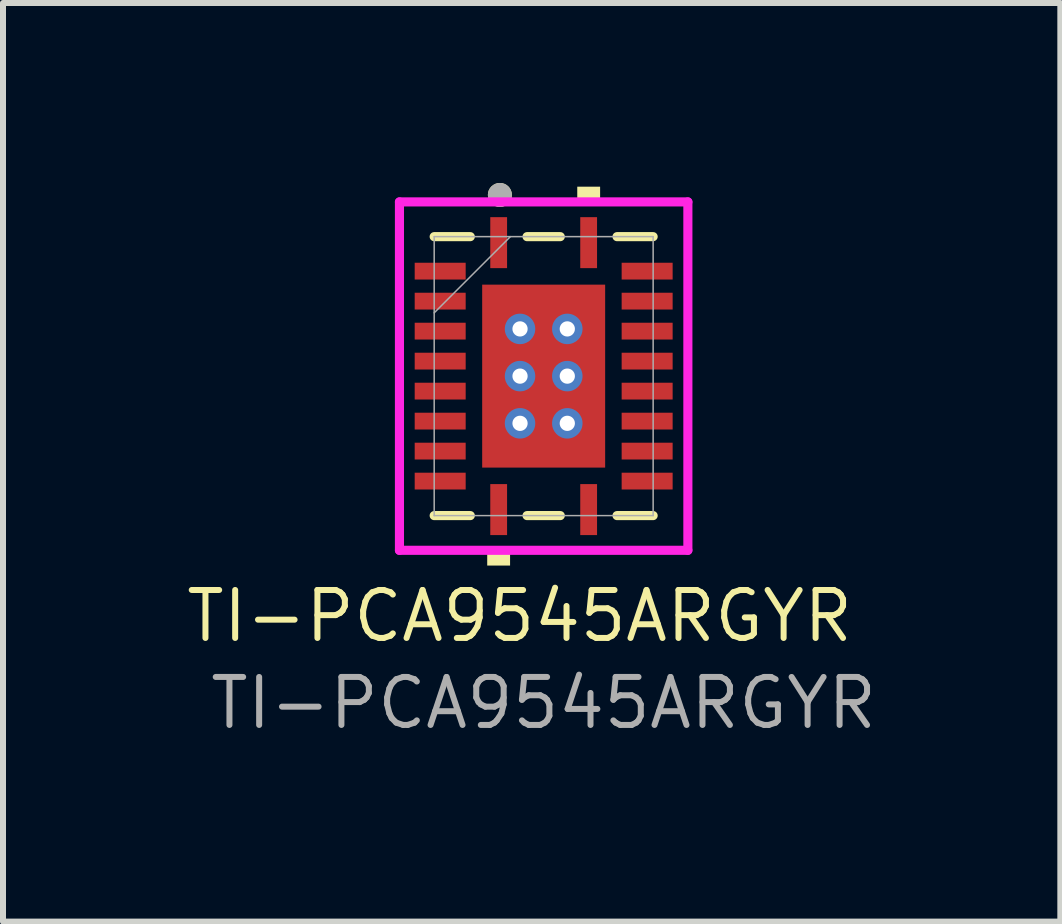
<source format=kicad_pcb>
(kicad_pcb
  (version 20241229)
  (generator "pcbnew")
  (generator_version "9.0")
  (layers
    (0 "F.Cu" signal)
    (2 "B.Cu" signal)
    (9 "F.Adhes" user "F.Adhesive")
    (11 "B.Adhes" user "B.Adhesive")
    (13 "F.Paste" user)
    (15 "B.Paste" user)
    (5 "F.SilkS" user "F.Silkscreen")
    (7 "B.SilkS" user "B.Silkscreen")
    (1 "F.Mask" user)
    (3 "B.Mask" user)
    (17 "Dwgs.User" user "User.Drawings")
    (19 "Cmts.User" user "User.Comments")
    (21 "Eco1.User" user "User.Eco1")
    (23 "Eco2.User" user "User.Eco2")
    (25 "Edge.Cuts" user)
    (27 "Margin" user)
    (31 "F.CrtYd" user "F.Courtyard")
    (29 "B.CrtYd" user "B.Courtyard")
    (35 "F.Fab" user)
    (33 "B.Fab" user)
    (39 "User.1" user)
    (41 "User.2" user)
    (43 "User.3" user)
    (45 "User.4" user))
  (footprint "TI-PCA9545ARGYR"
    (layer "F.Cu")
    (at 6.013 3.22)
    (property "Reference" "TI-PCA9545ARGYR" (at -0.4 4 0) (unlocked yes) (layer "F.SilkS") (effects (font (size 0.8 0.8) (thickness 0.1))))
    (attr smd)
    (fp_poly (pts (xy -2.22 -1.96) (xy -2.22 -1.54) (xy -1.23 -1.54) (xy -1.23 -1.96)) (stroke (width 0) (type solid)) (fill yes) (layer "F.Mask"))
    (fp_poly (pts (xy -2.22 -1.46) (xy -2.22 -1.04) (xy -1.23 -1.04) (xy -1.23 -1.46)) (stroke (width 0) (type solid)) (fill yes) (layer "F.Mask"))
    (fp_poly (pts (xy -2.22 -0.96) (xy -2.22 -0.54) (xy -1.23 -0.54) (xy -1.23 -0.96)) (stroke (width 0) (type solid)) (fill yes) (layer "F.Mask"))
    (fp_poly (pts (xy -2.22 -0.46) (xy -2.22 -0.04) (xy -1.23 -0.04) (xy -1.23 -0.46)) (stroke (width 0) (type solid)) (fill yes) (layer "F.Mask"))
    (fp_poly (pts (xy -2.22 0.04) (xy -2.22 0.46) (xy -1.23 0.46) (xy -1.23 0.04)) (stroke (width 0) (type solid)) (fill yes) (layer "F.Mask"))
    (fp_poly (pts (xy -2.22 0.54) (xy -2.22 0.96) (xy -1.23 0.96) (xy -1.23 0.54)) (stroke (width 0) (type solid)) (fill yes) (layer "F.Mask"))
    (fp_poly (pts (xy -2.22 1.04) (xy -2.22 1.46) (xy -1.23 1.46) (xy -1.23 1.04)) (stroke (width 0) (type solid)) (fill yes) (layer "F.Mask"))
    (fp_poly (pts (xy -2.22 1.54) (xy -2.22 1.96) (xy -1.23 1.96) (xy -1.23 1.54)) (stroke (width 0) (type solid)) (fill yes) (layer "F.Mask"))
    (fp_poly (pts (xy -1.089 -1.588) (xy -0.594 -1.588) (xy -0.594 1.588) (xy -1.089 1.588)) (stroke (width 0) (type solid)) (fill yes) (layer "F.Mask"))
    (fp_poly (pts (xy -1.089 -1.588) (xy 1.089 -1.588) (xy 1.089 -0.987) (xy -1.089 -0.987)) (stroke (width 0) (type solid)) (fill yes) (layer "F.Mask"))
    (fp_poly (pts (xy -1.089 -0.587) (xy 1.089 -0.587) (xy 1.089 -0.2) (xy -1.089 -0.2)) (stroke (width 0) (type solid)) (fill yes) (layer "F.Mask"))
    (fp_poly (pts (xy -1.089 0.2) (xy 1.089 0.2) (xy 1.089 0.587) (xy -1.089 0.587)) (stroke (width 0) (type solid)) (fill yes) (layer "F.Mask"))
    (fp_poly (pts (xy -1.089 0.987) (xy 1.089 0.987) (xy 1.089 1.588) (xy -1.089 1.588)) (stroke (width 0) (type solid)) (fill yes) (layer "F.Mask"))
    (fp_poly (pts (xy -0.96 -2.72) (xy -0.96 -1.73) (xy -0.54 -1.73) (xy -0.54 -2.72)) (stroke (width 0) (type solid)) (fill yes) (layer "F.Mask"))
    (fp_poly (pts (xy -0.96 1.73) (xy -0.96 2.72) (xy -0.54 2.72) (xy -0.54 1.73)) (stroke (width 0) (type solid)) (fill yes) (layer "F.Mask"))
    (fp_poly (pts (xy 0.194 -1.588) (xy -0.194 -1.588) (xy -0.194 1.588) (xy 0.194 1.588)) (stroke (width 0) (type solid)) (fill yes) (layer "F.Mask"))
    (fp_poly (pts (xy 0.54 -2.72) (xy 0.54 -1.73) (xy 0.96 -1.73) (xy 0.96 -2.72)) (stroke (width 0) (type solid)) (fill yes) (layer "F.Mask"))
    (fp_poly (pts (xy 0.54 1.73) (xy 0.54 2.72) (xy 0.96 2.72) (xy 0.96 1.73)) (stroke (width 0) (type solid)) (fill yes) (layer "F.Mask"))
    (fp_poly (pts (xy 0.594 -1.588) (xy 1.089 -1.588) (xy 1.089 1.588) (xy 0.594 1.588)) (stroke (width 0) (type solid)) (fill yes) (layer "F.Mask"))
    (fp_poly (pts (xy 1.23 -1.96) (xy 1.23 -1.54) (xy 2.22 -1.54) (xy 2.22 -1.96)) (stroke (width 0) (type solid)) (fill yes) (layer "F.Mask"))
    (fp_poly (pts (xy 1.23 -1.46) (xy 1.23 -1.04) (xy 2.22 -1.04) (xy 2.22 -1.46)) (stroke (width 0) (type solid)) (fill yes) (layer "F.Mask"))
    (fp_poly (pts (xy 1.23 -0.96) (xy 1.23 -0.54) (xy 2.22 -0.54) (xy 2.22 -0.96)) (stroke (width 0) (type solid)) (fill yes) (layer "F.Mask"))
    (fp_poly (pts (xy 1.23 -0.46) (xy 1.23 -0.04) (xy 2.22 -0.04) (xy 2.22 -0.46)) (stroke (width 0) (type solid)) (fill yes) (layer "F.Mask"))
    (fp_poly (pts (xy 1.23 0.04) (xy 1.23 0.46) (xy 2.22 0.46) (xy 2.22 0.04)) (stroke (width 0) (type solid)) (fill yes) (layer "F.Mask"))
    (fp_poly (pts (xy 1.23 0.54) (xy 1.23 0.96) (xy 2.22 0.96) (xy 2.22 0.54)) (stroke (width 0) (type solid)) (fill yes) (layer "F.Mask"))
    (fp_poly (pts (xy 1.23 1.04) (xy 1.23 1.46) (xy 2.22 1.46) (xy 2.22 1.04)) (stroke (width 0) (type solid)) (fill yes) (layer "F.Mask"))
    (fp_poly (pts (xy 1.23 1.54) (xy 1.23 1.96) (xy 2.22 1.96) (xy 2.22 1.54)) (stroke (width 0) (type solid)) (fill yes) (layer "F.Mask"))
    (fp_line (start -1.825 2.325) (end -1.223 2.325) (stroke (width 0.152) (type solid)) (layer "F.SilkS"))
    (fp_line (start -1.223 -2.325) (end -1.825 -2.325) (stroke (width 0.152) (type solid)) (layer "F.SilkS"))
    (fp_line (start -0.277 2.325) (end 0.277 2.325) (stroke (width 0.152) (type solid)) (layer "F.SilkS"))
    (fp_line (start 0.277 -2.325) (end -0.277 -2.325) (stroke (width 0.152) (type solid)) (layer "F.SilkS"))
    (fp_line (start 1.223 2.325) (end 1.825 2.325) (stroke (width 0.152) (type solid)) (layer "F.SilkS"))
    (fp_line (start 1.825 -2.325) (end 1.223 -2.325) (stroke (width 0.152) (type solid)) (layer "F.SilkS"))
    (fp_circle (center -0.73 -3.02) (end -0.63 -3.02) (stroke (width 0.2) (type solid)) (fill no) (layer "F.SilkS"))
    (fp_poly (pts (xy -0.941 2.904) (xy -0.941 3.158) (xy -0.56 3.158) (xy -0.56 2.904)) (stroke (width 0) (type solid)) (fill yes) (layer "F.SilkS"))
    (fp_poly (pts (xy 0.56 -2.904) (xy 0.56 -3.158) (xy 0.941 -3.158) (xy 0.941 -2.904)) (stroke (width 0) (type solid)) (fill yes) (layer "F.SilkS"))
    (fp_poly (pts (xy -2.125 -1.865) (xy -2.125 -1.635) (xy -1.325 -1.635) (xy -1.325 -1.865)) (stroke (width 0) (type solid)) (fill yes) (layer "F.Paste"))
    (fp_poly (pts (xy -2.125 -1.365) (xy -2.125 -1.135) (xy -1.325 -1.135) (xy -1.325 -1.365)) (stroke (width 0) (type solid)) (fill yes) (layer "F.Paste"))
    (fp_poly (pts (xy -2.125 -0.865) (xy -2.125 -0.635) (xy -1.325 -0.635) (xy -1.325 -0.865)) (stroke (width 0) (type solid)) (fill yes) (layer "F.Paste"))
    (fp_poly (pts (xy -2.125 -0.365) (xy -2.125 -0.135) (xy -1.325 -0.135) (xy -1.325 -0.365)) (stroke (width 0) (type solid)) (fill yes) (layer "F.Paste"))
    (fp_poly (pts (xy -2.125 0.135) (xy -2.125 0.365) (xy -1.325 0.365) (xy -1.325 0.135)) (stroke (width 0) (type solid)) (fill yes) (layer "F.Paste"))
    (fp_poly (pts (xy -2.125 0.635) (xy -2.125 0.865) (xy -1.325 0.865) (xy -1.325 0.635)) (stroke (width 0) (type solid)) (fill yes) (layer "F.Paste"))
    (fp_poly (pts (xy -2.125 1.135) (xy -2.125 1.365) (xy -1.325 1.365) (xy -1.325 1.135)) (stroke (width 0) (type solid)) (fill yes) (layer "F.Paste"))
    (fp_poly (pts (xy -2.125 1.635) (xy -2.125 1.865) (xy -1.325 1.865) (xy -1.325 1.635)) (stroke (width 0) (type solid)) (fill yes) (layer "F.Paste"))
    (fp_poly (pts (xy -0.865 -2.625) (xy -0.865 -1.825) (xy -0.635 -1.825) (xy -0.635 -2.625)) (stroke (width 0) (type solid)) (fill yes) (layer "F.Paste"))
    (fp_poly (pts (xy -0.865 1.825) (xy -0.865 2.625) (xy -0.635 2.625) (xy -0.635 1.825)) (stroke (width 0) (type solid)) (fill yes) (layer "F.Paste"))
    (fp_poly (pts (xy 0.635 -2.625) (xy 0.635 -1.825) (xy 0.865 -1.825) (xy 0.865 -2.625)) (stroke (width 0) (type solid)) (fill yes) (layer "F.Paste"))
    (fp_poly (pts (xy 0.635 1.825) (xy 0.635 2.625) (xy 0.865 2.625) (xy 0.865 1.825)) (stroke (width 0) (type solid)) (fill yes) (layer "F.Paste"))
    (fp_poly (pts (xy 1.325 -1.865) (xy 1.325 -1.635) (xy 2.125 -1.635) (xy 2.125 -1.865)) (stroke (width 0) (type solid)) (fill yes) (layer "F.Paste"))
    (fp_poly (pts (xy 1.325 -1.365) (xy 1.325 -1.135) (xy 2.125 -1.135) (xy 2.125 -1.365)) (stroke (width 0) (type solid)) (fill yes) (layer "F.Paste"))
    (fp_poly (pts (xy 1.325 -0.865) (xy 1.325 -0.635) (xy 2.125 -0.635) (xy 2.125 -0.865)) (stroke (width 0) (type solid)) (fill yes) (layer "F.Paste"))
    (fp_poly (pts (xy 1.325 -0.365) (xy 1.325 -0.135) (xy 2.125 -0.135) (xy 2.125 -0.365)) (stroke (width 0) (type solid)) (fill yes) (layer "F.Paste"))
    (fp_poly (pts (xy 1.325 0.135) (xy 1.325 0.365) (xy 2.125 0.365) (xy 2.125 0.135)) (stroke (width 0) (type solid)) (fill yes) (layer "F.Paste"))
    (fp_poly (pts (xy 1.325 0.635) (xy 1.325 0.865) (xy 2.125 0.865) (xy 2.125 0.635)) (stroke (width 0) (type solid)) (fill yes) (layer "F.Paste"))
    (fp_poly (pts (xy 1.325 1.135) (xy 1.325 1.365) (xy 2.125 1.365) (xy 2.125 1.135)) (stroke (width 0) (type solid)) (fill yes) (layer "F.Paste"))
    (fp_poly (pts (xy 1.325 1.635) (xy 1.325 1.865) (xy 2.125 1.865) (xy 2.125 1.635)) (stroke (width 0) (type solid)) (fill yes) (layer "F.Paste"))
    (fp_poly (pts (xy -0.95 -1.45) (xy -0.95 -0.887) (xy -0.635 -0.887) (xy -0.494 -1.029) (xy -0.494 -1.45)) (stroke (width 0) (type solid)) (fill yes) (layer "F.Paste"))
    (fp_poly (pts (xy -0.95 0.887) (xy -0.95 1.45) (xy -0.494 1.45) (xy -0.494 1.029) (xy -0.635 0.887)) (stroke (width 0) (type solid)) (fill yes) (layer "F.Paste"))
    (fp_poly (pts (xy 0.494 -1.45) (xy 0.494 -1.029) (xy 0.635 -0.887) (xy 0.95 -0.887) (xy 0.95 -1.45)) (stroke (width 0) (type solid)) (fill yes) (layer "F.Paste"))
    (fp_poly (pts (xy 0.635 0.887) (xy 0.494 1.029) (xy 0.494 1.45) (xy 0.95 1.45) (xy 0.95 0.887)) (stroke (width 0) (type solid)) (fill yes) (layer "F.Paste"))
    (fp_poly (pts (xy -0.95 -0.687) (xy -0.95 -0.1) (xy -0.635 -0.1) (xy -0.494 -0.241) (xy -0.494 -0.546) (xy -0.635 -0.687)) (stroke (width 0) (type solid)) (fill yes) (layer "F.Paste"))
    (fp_poly (pts (xy -0.95 0.1) (xy -0.95 0.687) (xy -0.635 0.687) (xy -0.494 0.546) (xy -0.494 0.241) (xy -0.635 0.1)) (stroke (width 0) (type solid)) (fill yes) (layer "F.Paste"))
    (fp_poly (pts (xy -0.294 -1.45) (xy -0.294 -1.029) (xy -0.152 -0.887) (xy 0.152 -0.887) (xy 0.294 -1.029) (xy 0.294 -1.45)) (stroke (width 0) (type solid)) (fill yes) (layer "F.Paste"))
    (fp_poly (pts (xy -0.152 0.887) (xy -0.294 1.029) (xy -0.294 1.45) (xy 0.294 1.45) (xy 0.294 1.029) (xy 0.152 0.887)) (stroke (width 0) (type solid)) (fill yes) (layer "F.Paste"))
    (fp_poly (pts (xy 0.635 -0.687) (xy 0.494 -0.546) (xy 0.494 -0.241) (xy 0.635 -0.1) (xy 0.95 -0.1) (xy 0.95 -0.687)) (stroke (width 0) (type solid)) (fill yes) (layer "F.Paste"))
    (fp_poly (pts (xy 0.635 0.1) (xy 0.494 0.241) (xy 0.494 0.546) (xy 0.635 0.687) (xy 0.95 0.687) (xy 0.95 0.1)) (stroke (width 0) (type solid)) (fill yes) (layer "F.Paste"))
    (fp_poly (pts (xy -0.152 -0.687) (xy -0.294 -0.546) (xy -0.294 -0.241) (xy -0.152 -0.1) (xy 0.152 -0.1) (xy 0.294 -0.241) (xy 0.294 -0.546) (xy 0.152 -0.687)) (stroke (width 0) (type solid)) (fill yes) (layer "F.Paste"))
    (fp_poly (pts (xy -0.152 0.1) (xy -0.294 0.241) (xy -0.294 0.546) (xy -0.152 0.687) (xy 0.152 0.687) (xy 0.294 0.546) (xy 0.294 0.241) (xy 0.152 0.1)) (stroke (width 0) (type solid)) (fill yes) (layer "F.Paste"))
    (fp_line (start -2.404 -2.904) (end 2.404 -2.904) (stroke (width 0.152) (type solid)) (layer "F.CrtYd"))
    (fp_line (start -2.404 2.904) (end -2.404 -2.904) (stroke (width 0.152) (type solid)) (layer "F.CrtYd"))
    (fp_line (start 2.404 -2.904) (end 2.404 2.904) (stroke (width 0.152) (type solid)) (layer "F.CrtYd"))
    (fp_line (start 2.404 2.904) (end -2.404 2.904) (stroke (width 0.152) (type solid)) (layer "F.CrtYd"))
    (fp_line (start -1.825 -2.325) (end -1.825 2.325) (stroke (width 0.025) (type solid)) (layer "F.Fab"))
    (fp_line (start -1.825 -1.055) (end -0.555 -2.325) (stroke (width 0.025) (type solid)) (layer "F.Fab"))
    (fp_line (start -1.825 2.325) (end 1.825 2.325) (stroke (width 0.025) (type solid)) (layer "F.Fab"))
    (fp_line (start 1.825 -2.325) (end -1.825 -2.325) (stroke (width 0.025) (type solid)) (layer "F.Fab"))
    (fp_line (start 1.825 2.325) (end 1.825 -2.325) (stroke (width 0.025) (type solid)) (layer "F.Fab"))
    (fp_circle (center -0.73 -3.02) (end -0.63 -3.02) (stroke (width 0.2) (type solid)) (fill no) (layer "F.Fab"))
    (fp_text user "${REFERENCE}" (at 0 5.45 0) (unlocked yes) (layer "F.Fab") (effects (font (size 0.8 0.8) (thickness 0.1))))
    (pad "1" smd rect (at -0.75 -2.225) (size 0.28 0.85) (layers "F.Cu" "F.Mask"))
    (pad "2" smd rect (at -1.725 -1.75 90) (size 0.28 0.85) (layers "F.Cu" "F.Mask"))
    (pad "3" smd rect (at -1.725 -1.25 90) (size 0.28 0.85) (layers "F.Cu" "F.Mask"))
    (pad "4" smd rect (at -1.725 -0.75 90) (size 0.28 0.85) (layers "F.Cu" "F.Mask"))
    (pad "5" smd rect (at -1.725 -0.25 90) (size 0.28 0.85) (layers "F.Cu" "F.Mask"))
    (pad "6" smd rect (at -1.725 0.25 90) (size 0.28 0.85) (layers "F.Cu" "F.Mask"))
    (pad "7" smd rect (at -1.725 0.75 90) (size 0.28 0.85) (layers "F.Cu" "F.Mask"))
    (pad "8" smd rect (at -1.725 1.25 90) (size 0.28 0.85) (layers "F.Cu" "F.Mask"))
    (pad "9" smd rect (at -1.725 1.75 90) (size 0.28 0.85) (layers "F.Cu" "F.Mask"))
    (pad "10" smd rect (at -0.75 2.225) (size 0.28 0.85) (layers "F.Cu" "F.Mask"))
    (pad "11" smd rect (at 0.75 2.225) (size 0.28 0.85) (layers "F.Cu" "F.Mask"))
    (pad "12" smd rect (at 1.725 1.75 90) (size 0.28 0.85) (layers "F.Cu" "F.Mask"))
    (pad "13" smd rect (at 1.725 1.25 90) (size 0.28 0.85) (layers "F.Cu" "F.Mask"))
    (pad "14" smd rect (at 1.725 0.75 90) (size 0.28 0.85) (layers "F.Cu" "F.Mask"))
    (pad "15" smd rect (at 1.725 0.25 90) (size 0.28 0.85) (layers "F.Cu" "F.Mask"))
    (pad "16" smd rect (at 1.725 -0.25 90) (size 0.28 0.85) (layers "F.Cu" "F.Mask"))
    (pad "17" smd rect (at 1.725 -0.75 90) (size 0.28 0.85) (layers "F.Cu" "F.Mask"))
    (pad "18" smd rect (at 1.725 -1.25 90) (size 0.28 0.85) (layers "F.Cu" "F.Mask"))
    (pad "19" smd rect (at 1.725 -1.75 90) (size 0.28 0.85) (layers "F.Cu" "F.Mask"))
    (pad "20" smd rect (at 0.75 -2.225) (size 0.28 0.85) (layers "F.Cu" "F.Mask"))
    (pad "21" smd rect (at 0 0) (size 2.05 3.05) (layers "F.Cu"))
    (pad "V" thru_hole circle (at -0.394 -0.787) (size 0.508 0.508) (drill 0.254) (layers "*.Cu" "*.Mask"))
    (pad "V" thru_hole circle (at -0.394 0) (size 0.508 0.508) (drill 0.254) (layers "*.Cu" "*.Mask"))
    (pad "V" thru_hole circle (at -0.394 0.787) (size 0.508 0.508) (drill 0.254) (layers "*.Cu" "*.Mask"))
    (pad "V" thru_hole circle (at 0.394 -0.787) (size 0.508 0.508) (drill 0.254) (layers "*.Cu" "*.Mask"))
    (pad "V" thru_hole circle (at 0.394 0) (size 0.508 0.508) (drill 0.254) (layers "*.Cu" "*.Mask"))
    (pad "V" thru_hole circle (at 0.394 0.787) (size 0.508 0.508) (drill 0.254) (layers "*.Cu" "*.Mask")))
  (gr_rect
    (start -3 -3)
    (end 14.626 12.313)
    (stroke (width 0.1) (type default))
    (fill no)
    (layer "Edge.Cuts")))
</source>
